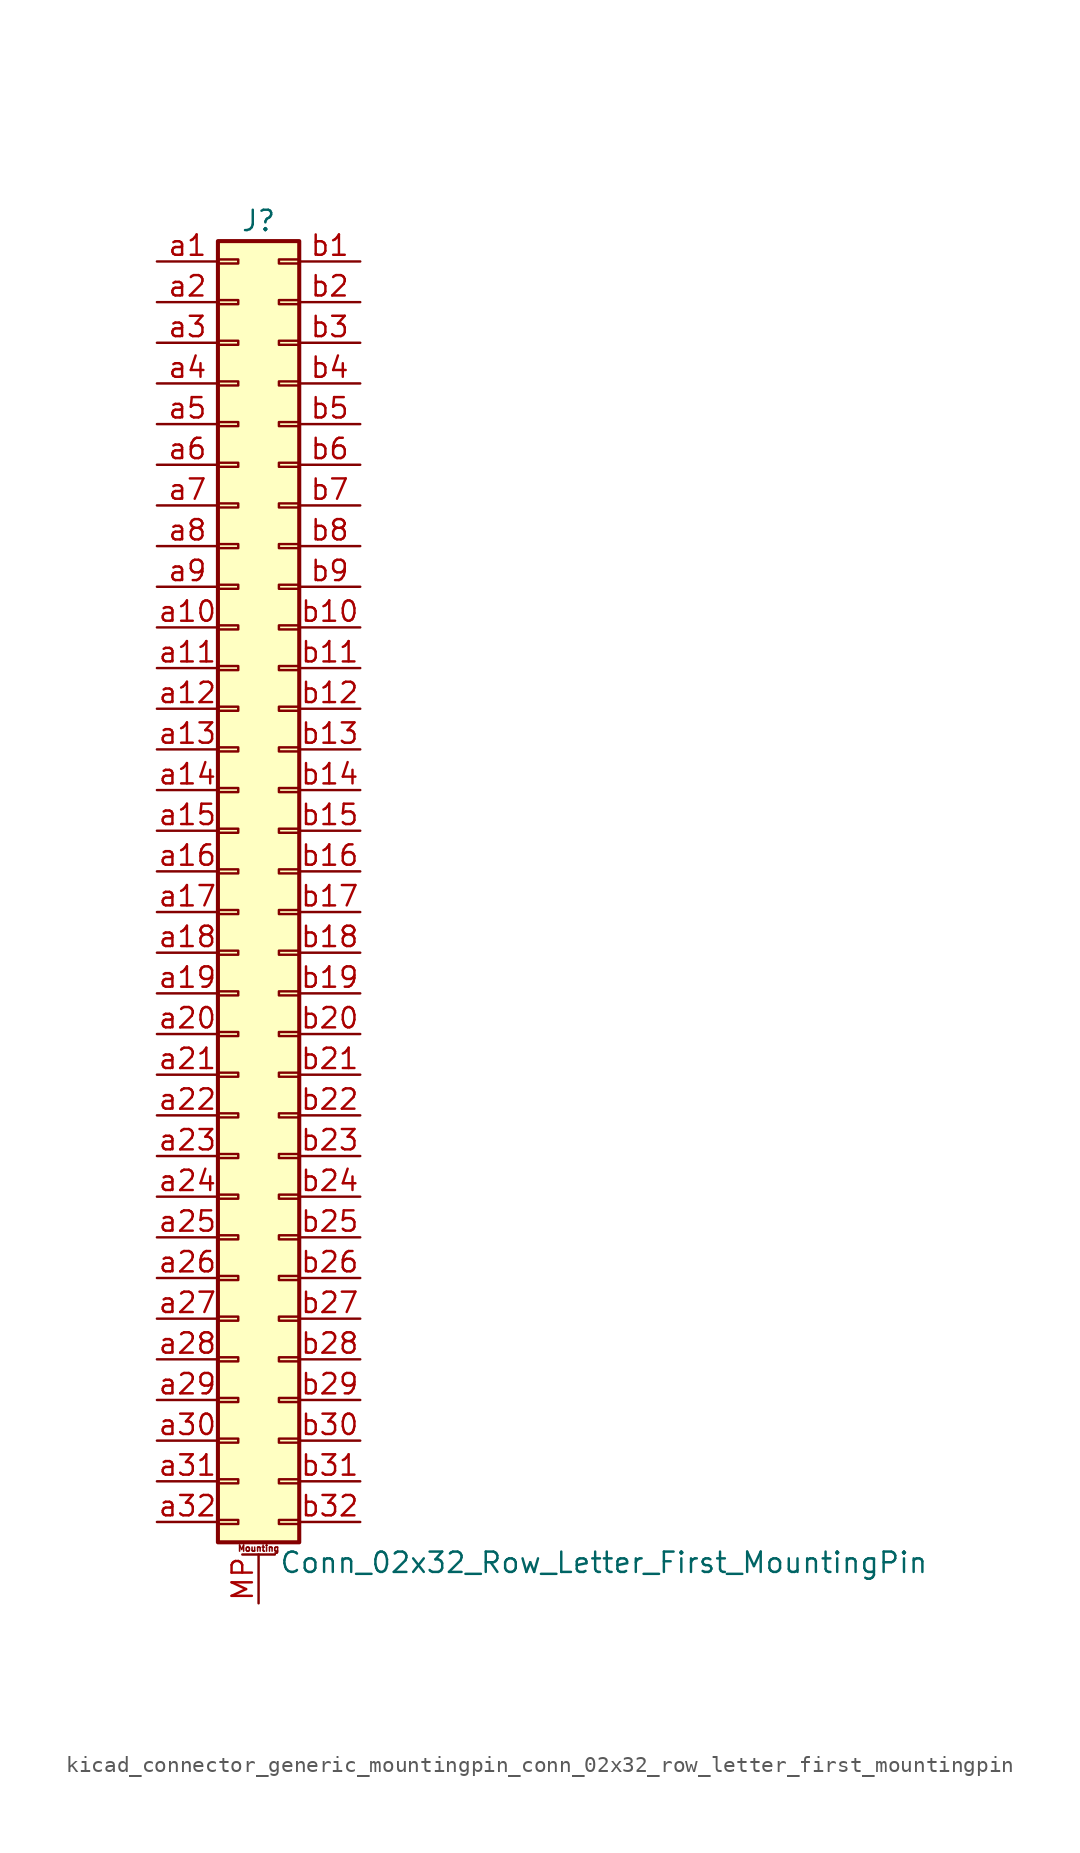
<source format=kicad_sym>
(kicad_symbol_lib
  (version 20220914)
  (generator kicad_symbol_editor)
  (symbol "kicad_connector_generic_mountingpin_conn_02x32_row_letter_first_mountingpin"
    (pin_names
      (offset 1.016) hide)
    (property "Reference" "J"
      (at 1.27 40.64 0)
      (effects (font (size 1.27 1.27))))
    (property "Value" "Conn_02x32_Row_Letter_First_MountingPin"
      (at 2.54 -43.18 0)
      (effects (font (size 1.27 1.27)) (justify left)))
    (symbol "kicad_connector_generic_mountingpin_conn_02x32_row_letter_first_mountingpin_1_1"
      (rectangle (start -1.27 -40.513) (end 0 -40.767) (stroke (width 0.152) (type default)) (fill (type none)))
      (rectangle (start -1.27 -37.973) (end 0 -38.227) (stroke (width 0.152) (type default)) (fill (type none)))
      (rectangle (start -1.27 -35.433) (end 0 -35.687) (stroke (width 0.152) (type default)) (fill (type none)))
      (rectangle (start -1.27 -32.893) (end 0 -33.147) (stroke (width 0.152) (type default)) (fill (type none)))
      (rectangle (start -1.27 -30.353) (end 0 -30.607) (stroke (width 0.152) (type default)) (fill (type none)))
      (rectangle (start -1.27 -27.813) (end 0 -28.067) (stroke (width 0.152) (type default)) (fill (type none)))
      (rectangle (start -1.27 -25.273) (end 0 -25.527) (stroke (width 0.152) (type default)) (fill (type none)))
      (rectangle (start -1.27 -22.733) (end 0 -22.987) (stroke (width 0.152) (type default)) (fill (type none)))
      (rectangle (start -1.27 -20.193) (end 0 -20.447) (stroke (width 0.152) (type default)) (fill (type none)))
      (rectangle (start -1.27 -17.653) (end 0 -17.907) (stroke (width 0.152) (type default)) (fill (type none)))
      (rectangle (start -1.27 -15.113) (end 0 -15.367) (stroke (width 0.152) (type default)) (fill (type none)))
      (rectangle (start -1.27 -12.573) (end 0 -12.827) (stroke (width 0.152) (type default)) (fill (type none)))
      (rectangle (start -1.27 -10.033) (end 0 -10.287) (stroke (width 0.152) (type default)) (fill (type none)))
      (rectangle (start -1.27 -7.493) (end 0 -7.747) (stroke (width 0.152) (type default)) (fill (type none)))
      (rectangle (start -1.27 -4.953) (end 0 -5.207) (stroke (width 0.152) (type default)) (fill (type none)))
      (rectangle (start -1.27 -2.413) (end 0 -2.667) (stroke (width 0.152) (type default)) (fill (type none)))
      (rectangle (start -1.27 0.127) (end 0 -0.127) (stroke (width 0.152) (type default)) (fill (type none)))
      (rectangle (start -1.27 2.667) (end 0 2.413) (stroke (width 0.152) (type default)) (fill (type none)))
      (rectangle (start -1.27 5.207) (end 0 4.953) (stroke (width 0.152) (type default)) (fill (type none)))
      (rectangle (start -1.27 7.747) (end 0 7.493) (stroke (width 0.152) (type default)) (fill (type none)))
      (rectangle (start -1.27 10.287) (end 0 10.033) (stroke (width 0.152) (type default)) (fill (type none)))
      (rectangle (start -1.27 12.827) (end 0 12.573) (stroke (width 0.152) (type default)) (fill (type none)))
      (rectangle (start -1.27 15.367) (end 0 15.113) (stroke (width 0.152) (type default)) (fill (type none)))
      (rectangle (start -1.27 17.907) (end 0 17.653) (stroke (width 0.152) (type default)) (fill (type none)))
      (rectangle (start -1.27 20.447) (end 0 20.193) (stroke (width 0.152) (type default)) (fill (type none)))
      (rectangle (start -1.27 22.987) (end 0 22.733) (stroke (width 0.152) (type default)) (fill (type none)))
      (rectangle (start -1.27 25.527) (end 0 25.273) (stroke (width 0.152) (type default)) (fill (type none)))
      (rectangle (start -1.27 28.067) (end 0 27.813) (stroke (width 0.152) (type default)) (fill (type none)))
      (rectangle (start -1.27 30.607) (end 0 30.353) (stroke (width 0.152) (type default)) (fill (type none)))
      (rectangle (start -1.27 33.147) (end 0 32.893) (stroke (width 0.152) (type default)) (fill (type none)))
      (rectangle (start -1.27 35.687) (end 0 35.433) (stroke (width 0.152) (type default)) (fill (type none)))
      (rectangle (start -1.27 38.227) (end 0 37.973) (stroke (width 0.152) (type default)) (fill (type none)))
      (rectangle (start -1.27 39.37) (end 3.81 -41.91) (stroke (width 0.254) (type default)) (fill (type background)))
      (polyline (pts (xy 0.254 -42.672) (xy 2.286 -42.672)) (stroke (width 0.152) (type default)) (fill (type none)))
      (rectangle (start 3.81 -40.513) (end 2.54 -40.767) (stroke (width 0.152) (type default)) (fill (type none)))
      (rectangle (start 3.81 -37.973) (end 2.54 -38.227) (stroke (width 0.152) (type default)) (fill (type none)))
      (rectangle (start 3.81 -35.433) (end 2.54 -35.687) (stroke (width 0.152) (type default)) (fill (type none)))
      (rectangle (start 3.81 -32.893) (end 2.54 -33.147) (stroke (width 0.152) (type default)) (fill (type none)))
      (rectangle (start 3.81 -30.353) (end 2.54 -30.607) (stroke (width 0.152) (type default)) (fill (type none)))
      (rectangle (start 3.81 -27.813) (end 2.54 -28.067) (stroke (width 0.152) (type default)) (fill (type none)))
      (rectangle (start 3.81 -25.273) (end 2.54 -25.527) (stroke (width 0.152) (type default)) (fill (type none)))
      (rectangle (start 3.81 -22.733) (end 2.54 -22.987) (stroke (width 0.152) (type default)) (fill (type none)))
      (rectangle (start 3.81 -20.193) (end 2.54 -20.447) (stroke (width 0.152) (type default)) (fill (type none)))
      (rectangle (start 3.81 -17.653) (end 2.54 -17.907) (stroke (width 0.152) (type default)) (fill (type none)))
      (rectangle (start 3.81 -15.113) (end 2.54 -15.367) (stroke (width 0.152) (type default)) (fill (type none)))
      (rectangle (start 3.81 -12.573) (end 2.54 -12.827) (stroke (width 0.152) (type default)) (fill (type none)))
      (rectangle (start 3.81 -10.033) (end 2.54 -10.287) (stroke (width 0.152) (type default)) (fill (type none)))
      (rectangle (start 3.81 -7.493) (end 2.54 -7.747) (stroke (width 0.152) (type default)) (fill (type none)))
      (rectangle (start 3.81 -4.953) (end 2.54 -5.207) (stroke (width 0.152) (type default)) (fill (type none)))
      (rectangle (start 3.81 -2.413) (end 2.54 -2.667) (stroke (width 0.152) (type default)) (fill (type none)))
      (rectangle (start 3.81 0.127) (end 2.54 -0.127) (stroke (width 0.152) (type default)) (fill (type none)))
      (rectangle (start 3.81 2.667) (end 2.54 2.413) (stroke (width 0.152) (type default)) (fill (type none)))
      (rectangle (start 3.81 5.207) (end 2.54 4.953) (stroke (width 0.152) (type default)) (fill (type none)))
      (rectangle (start 3.81 7.747) (end 2.54 7.493) (stroke (width 0.152) (type default)) (fill (type none)))
      (rectangle (start 3.81 10.287) (end 2.54 10.033) (stroke (width 0.152) (type default)) (fill (type none)))
      (rectangle (start 3.81 12.827) (end 2.54 12.573) (stroke (width 0.152) (type default)) (fill (type none)))
      (rectangle (start 3.81 15.367) (end 2.54 15.113) (stroke (width 0.152) (type default)) (fill (type none)))
      (rectangle (start 3.81 17.907) (end 2.54 17.653) (stroke (width 0.152) (type default)) (fill (type none)))
      (rectangle (start 3.81 20.447) (end 2.54 20.193) (stroke (width 0.152) (type default)) (fill (type none)))
      (rectangle (start 3.81 22.987) (end 2.54 22.733) (stroke (width 0.152) (type default)) (fill (type none)))
      (rectangle (start 3.81 25.527) (end 2.54 25.273) (stroke (width 0.152) (type default)) (fill (type none)))
      (rectangle (start 3.81 28.067) (end 2.54 27.813) (stroke (width 0.152) (type default)) (fill (type none)))
      (rectangle (start 3.81 30.607) (end 2.54 30.353) (stroke (width 0.152) (type default)) (fill (type none)))
      (rectangle (start 3.81 33.147) (end 2.54 32.893) (stroke (width 0.152) (type default)) (fill (type none)))
      (rectangle (start 3.81 35.687) (end 2.54 35.433) (stroke (width 0.152) (type default)) (fill (type none)))
      (rectangle (start 3.81 38.227) (end 2.54 37.973) (stroke (width 0.152) (type default)) (fill (type none)))
      (text "Mounting" (at 1.27 -42.291 0) (effects (font (size 0.381 0.381))))
      (pin passive line (at 1.27 -45.72 90) (length 3.048) (name "MountPin" (effects (font (size 1.27 1.27)))) (number "MP" (effects (font (size 1.27 1.27)))))
      (pin passive line (at -5.08 38.1 0) (length 3.81) (name "Pin_a1" (effects (font (size 1.27 1.27)))) (number "a1" (effects (font (size 1.27 1.27)))))
      (pin passive line (at -5.08 15.24 0) (length 3.81) (name "Pin_a10" (effects (font (size 1.27 1.27)))) (number "a10" (effects (font (size 1.27 1.27)))))
      (pin passive line (at -5.08 12.7 0) (length 3.81) (name "Pin_a11" (effects (font (size 1.27 1.27)))) (number "a11" (effects (font (size 1.27 1.27)))))
      (pin passive line (at -5.08 10.16 0) (length 3.81) (name "Pin_a12" (effects (font (size 1.27 1.27)))) (number "a12" (effects (font (size 1.27 1.27)))))
      (pin passive line (at -5.08 7.62 0) (length 3.81) (name "Pin_a13" (effects (font (size 1.27 1.27)))) (number "a13" (effects (font (size 1.27 1.27)))))
      (pin passive line (at -5.08 5.08 0) (length 3.81) (name "Pin_a14" (effects (font (size 1.27 1.27)))) (number "a14" (effects (font (size 1.27 1.27)))))
      (pin passive line (at -5.08 2.54 0) (length 3.81) (name "Pin_a15" (effects (font (size 1.27 1.27)))) (number "a15" (effects (font (size 1.27 1.27)))))
      (pin passive line (at -5.08 0 0) (length 3.81) (name "Pin_a16" (effects (font (size 1.27 1.27)))) (number "a16" (effects (font (size 1.27 1.27)))))
      (pin passive line (at -5.08 -2.54 0) (length 3.81) (name "Pin_a17" (effects (font (size 1.27 1.27)))) (number "a17" (effects (font (size 1.27 1.27)))))
      (pin passive line (at -5.08 -5.08 0) (length 3.81) (name "Pin_a18" (effects (font (size 1.27 1.27)))) (number "a18" (effects (font (size 1.27 1.27)))))
      (pin passive line (at -5.08 -7.62 0) (length 3.81) (name "Pin_a19" (effects (font (size 1.27 1.27)))) (number "a19" (effects (font (size 1.27 1.27)))))
      (pin passive line (at -5.08 35.56 0) (length 3.81) (name "Pin_a2" (effects (font (size 1.27 1.27)))) (number "a2" (effects (font (size 1.27 1.27)))))
      (pin passive line (at -5.08 -10.16 0) (length 3.81) (name "Pin_a20" (effects (font (size 1.27 1.27)))) (number "a20" (effects (font (size 1.27 1.27)))))
      (pin passive line (at -5.08 -12.7 0) (length 3.81) (name "Pin_a21" (effects (font (size 1.27 1.27)))) (number "a21" (effects (font (size 1.27 1.27)))))
      (pin passive line (at -5.08 -15.24 0) (length 3.81) (name "Pin_a22" (effects (font (size 1.27 1.27)))) (number "a22" (effects (font (size 1.27 1.27)))))
      (pin passive line (at -5.08 -17.78 0) (length 3.81) (name "Pin_a23" (effects (font (size 1.27 1.27)))) (number "a23" (effects (font (size 1.27 1.27)))))
      (pin passive line (at -5.08 -20.32 0) (length 3.81) (name "Pin_a24" (effects (font (size 1.27 1.27)))) (number "a24" (effects (font (size 1.27 1.27)))))
      (pin passive line (at -5.08 -22.86 0) (length 3.81) (name "Pin_a25" (effects (font (size 1.27 1.27)))) (number "a25" (effects (font (size 1.27 1.27)))))
      (pin passive line (at -5.08 -25.4 0) (length 3.81) (name "Pin_a26" (effects (font (size 1.27 1.27)))) (number "a26" (effects (font (size 1.27 1.27)))))
      (pin passive line (at -5.08 -27.94 0) (length 3.81) (name "Pin_a27" (effects (font (size 1.27 1.27)))) (number "a27" (effects (font (size 1.27 1.27)))))
      (pin passive line (at -5.08 -30.48 0) (length 3.81) (name "Pin_a28" (effects (font (size 1.27 1.27)))) (number "a28" (effects (font (size 1.27 1.27)))))
      (pin passive line (at -5.08 -33.02 0) (length 3.81) (name "Pin_a29" (effects (font (size 1.27 1.27)))) (number "a29" (effects (font (size 1.27 1.27)))))
      (pin passive line (at -5.08 33.02 0) (length 3.81) (name "Pin_a3" (effects (font (size 1.27 1.27)))) (number "a3" (effects (font (size 1.27 1.27)))))
      (pin passive line (at -5.08 -35.56 0) (length 3.81) (name "Pin_a30" (effects (font (size 1.27 1.27)))) (number "a30" (effects (font (size 1.27 1.27)))))
      (pin passive line (at -5.08 -38.1 0) (length 3.81) (name "Pin_a31" (effects (font (size 1.27 1.27)))) (number "a31" (effects (font (size 1.27 1.27)))))
      (pin passive line (at -5.08 -40.64 0) (length 3.81) (name "Pin_a32" (effects (font (size 1.27 1.27)))) (number "a32" (effects (font (size 1.27 1.27)))))
      (pin passive line (at -5.08 30.48 0) (length 3.81) (name "Pin_a4" (effects (font (size 1.27 1.27)))) (number "a4" (effects (font (size 1.27 1.27)))))
      (pin passive line (at -5.08 27.94 0) (length 3.81) (name "Pin_a5" (effects (font (size 1.27 1.27)))) (number "a5" (effects (font (size 1.27 1.27)))))
      (pin passive line (at -5.08 25.4 0) (length 3.81) (name "Pin_a6" (effects (font (size 1.27 1.27)))) (number "a6" (effects (font (size 1.27 1.27)))))
      (pin passive line (at -5.08 22.86 0) (length 3.81) (name "Pin_a7" (effects (font (size 1.27 1.27)))) (number "a7" (effects (font (size 1.27 1.27)))))
      (pin passive line (at -5.08 20.32 0) (length 3.81) (name "Pin_a8" (effects (font (size 1.27 1.27)))) (number "a8" (effects (font (size 1.27 1.27)))))
      (pin passive line (at -5.08 17.78 0) (length 3.81) (name "Pin_a9" (effects (font (size 1.27 1.27)))) (number "a9" (effects (font (size 1.27 1.27)))))
      (pin passive line (at 7.62 38.1 180) (length 3.81) (name "Pin_b1" (effects (font (size 1.27 1.27)))) (number "b1" (effects (font (size 1.27 1.27)))))
      (pin passive line (at 7.62 15.24 180) (length 3.81) (name "Pin_b10" (effects (font (size 1.27 1.27)))) (number "b10" (effects (font (size 1.27 1.27)))))
      (pin passive line (at 7.62 12.7 180) (length 3.81) (name "Pin_b11" (effects (font (size 1.27 1.27)))) (number "b11" (effects (font (size 1.27 1.27)))))
      (pin passive line (at 7.62 10.16 180) (length 3.81) (name "Pin_b12" (effects (font (size 1.27 1.27)))) (number "b12" (effects (font (size 1.27 1.27)))))
      (pin passive line (at 7.62 7.62 180) (length 3.81) (name "Pin_b13" (effects (font (size 1.27 1.27)))) (number "b13" (effects (font (size 1.27 1.27)))))
      (pin passive line (at 7.62 5.08 180) (length 3.81) (name "Pin_b14" (effects (font (size 1.27 1.27)))) (number "b14" (effects (font (size 1.27 1.27)))))
      (pin passive line (at 7.62 2.54 180) (length 3.81) (name "Pin_b15" (effects (font (size 1.27 1.27)))) (number "b15" (effects (font (size 1.27 1.27)))))
      (pin passive line (at 7.62 0 180) (length 3.81) (name "Pin_b16" (effects (font (size 1.27 1.27)))) (number "b16" (effects (font (size 1.27 1.27)))))
      (pin passive line (at 7.62 -2.54 180) (length 3.81) (name "Pin_b17" (effects (font (size 1.27 1.27)))) (number "b17" (effects (font (size 1.27 1.27)))))
      (pin passive line (at 7.62 -5.08 180) (length 3.81) (name "Pin_b18" (effects (font (size 1.27 1.27)))) (number "b18" (effects (font (size 1.27 1.27)))))
      (pin passive line (at 7.62 -7.62 180) (length 3.81) (name "Pin_b19" (effects (font (size 1.27 1.27)))) (number "b19" (effects (font (size 1.27 1.27)))))
      (pin passive line (at 7.62 35.56 180) (length 3.81) (name "Pin_b2" (effects (font (size 1.27 1.27)))) (number "b2" (effects (font (size 1.27 1.27)))))
      (pin passive line (at 7.62 -10.16 180) (length 3.81) (name "Pin_b20" (effects (font (size 1.27 1.27)))) (number "b20" (effects (font (size 1.27 1.27)))))
      (pin passive line (at 7.62 -12.7 180) (length 3.81) (name "Pin_b21" (effects (font (size 1.27 1.27)))) (number "b21" (effects (font (size 1.27 1.27)))))
      (pin passive line (at 7.62 -15.24 180) (length 3.81) (name "Pin_b22" (effects (font (size 1.27 1.27)))) (number "b22" (effects (font (size 1.27 1.27)))))
      (pin passive line (at 7.62 -17.78 180) (length 3.81) (name "Pin_b23" (effects (font (size 1.27 1.27)))) (number "b23" (effects (font (size 1.27 1.27)))))
      (pin passive line (at 7.62 -20.32 180) (length 3.81) (name "Pin_b24" (effects (font (size 1.27 1.27)))) (number "b24" (effects (font (size 1.27 1.27)))))
      (pin passive line (at 7.62 -22.86 180) (length 3.81) (name "Pin_b25" (effects (font (size 1.27 1.27)))) (number "b25" (effects (font (size 1.27 1.27)))))
      (pin passive line (at 7.62 -25.4 180) (length 3.81) (name "Pin_b26" (effects (font (size 1.27 1.27)))) (number "b26" (effects (font (size 1.27 1.27)))))
      (pin passive line (at 7.62 -27.94 180) (length 3.81) (name "Pin_b27" (effects (font (size 1.27 1.27)))) (number "b27" (effects (font (size 1.27 1.27)))))
      (pin passive line (at 7.62 -30.48 180) (length 3.81) (name "Pin_b28" (effects (font (size 1.27 1.27)))) (number "b28" (effects (font (size 1.27 1.27)))))
      (pin passive line (at 7.62 -33.02 180) (length 3.81) (name "Pin_b29" (effects (font (size 1.27 1.27)))) (number "b29" (effects (font (size 1.27 1.27)))))
      (pin passive line (at 7.62 33.02 180) (length 3.81) (name "Pin_b3" (effects (font (size 1.27 1.27)))) (number "b3" (effects (font (size 1.27 1.27)))))
      (pin passive line (at 7.62 -35.56 180) (length 3.81) (name "Pin_b30" (effects (font (size 1.27 1.27)))) (number "b30" (effects (font (size 1.27 1.27)))))
      (pin passive line (at 7.62 -38.1 180) (length 3.81) (name "Pin_b31" (effects (font (size 1.27 1.27)))) (number "b31" (effects (font (size 1.27 1.27)))))
      (pin passive line (at 7.62 -40.64 180) (length 3.81) (name "Pin_b32" (effects (font (size 1.27 1.27)))) (number "b32" (effects (font (size 1.27 1.27)))))
      (pin passive line (at 7.62 30.48 180) (length 3.81) (name "Pin_b4" (effects (font (size 1.27 1.27)))) (number "b4" (effects (font (size 1.27 1.27)))))
      (pin passive line (at 7.62 27.94 180) (length 3.81) (name "Pin_b5" (effects (font (size 1.27 1.27)))) (number "b5" (effects (font (size 1.27 1.27)))))
      (pin passive line (at 7.62 25.4 180) (length 3.81) (name "Pin_b6" (effects (font (size 1.27 1.27)))) (number "b6" (effects (font (size 1.27 1.27)))))
      (pin passive line (at 7.62 22.86 180) (length 3.81) (name "Pin_b7" (effects (font (size 1.27 1.27)))) (number "b7" (effects (font (size 1.27 1.27)))))
      (pin passive line (at 7.62 20.32 180) (length 3.81) (name "Pin_b8" (effects (font (size 1.27 1.27)))) (number "b8" (effects (font (size 1.27 1.27)))))
      (pin passive line (at 7.62 17.78 180) (length 3.81) (name "Pin_b9" (effects (font (size 1.27 1.27)))) (number "b9" (effects (font (size 1.27 1.27))))))))
</source>
